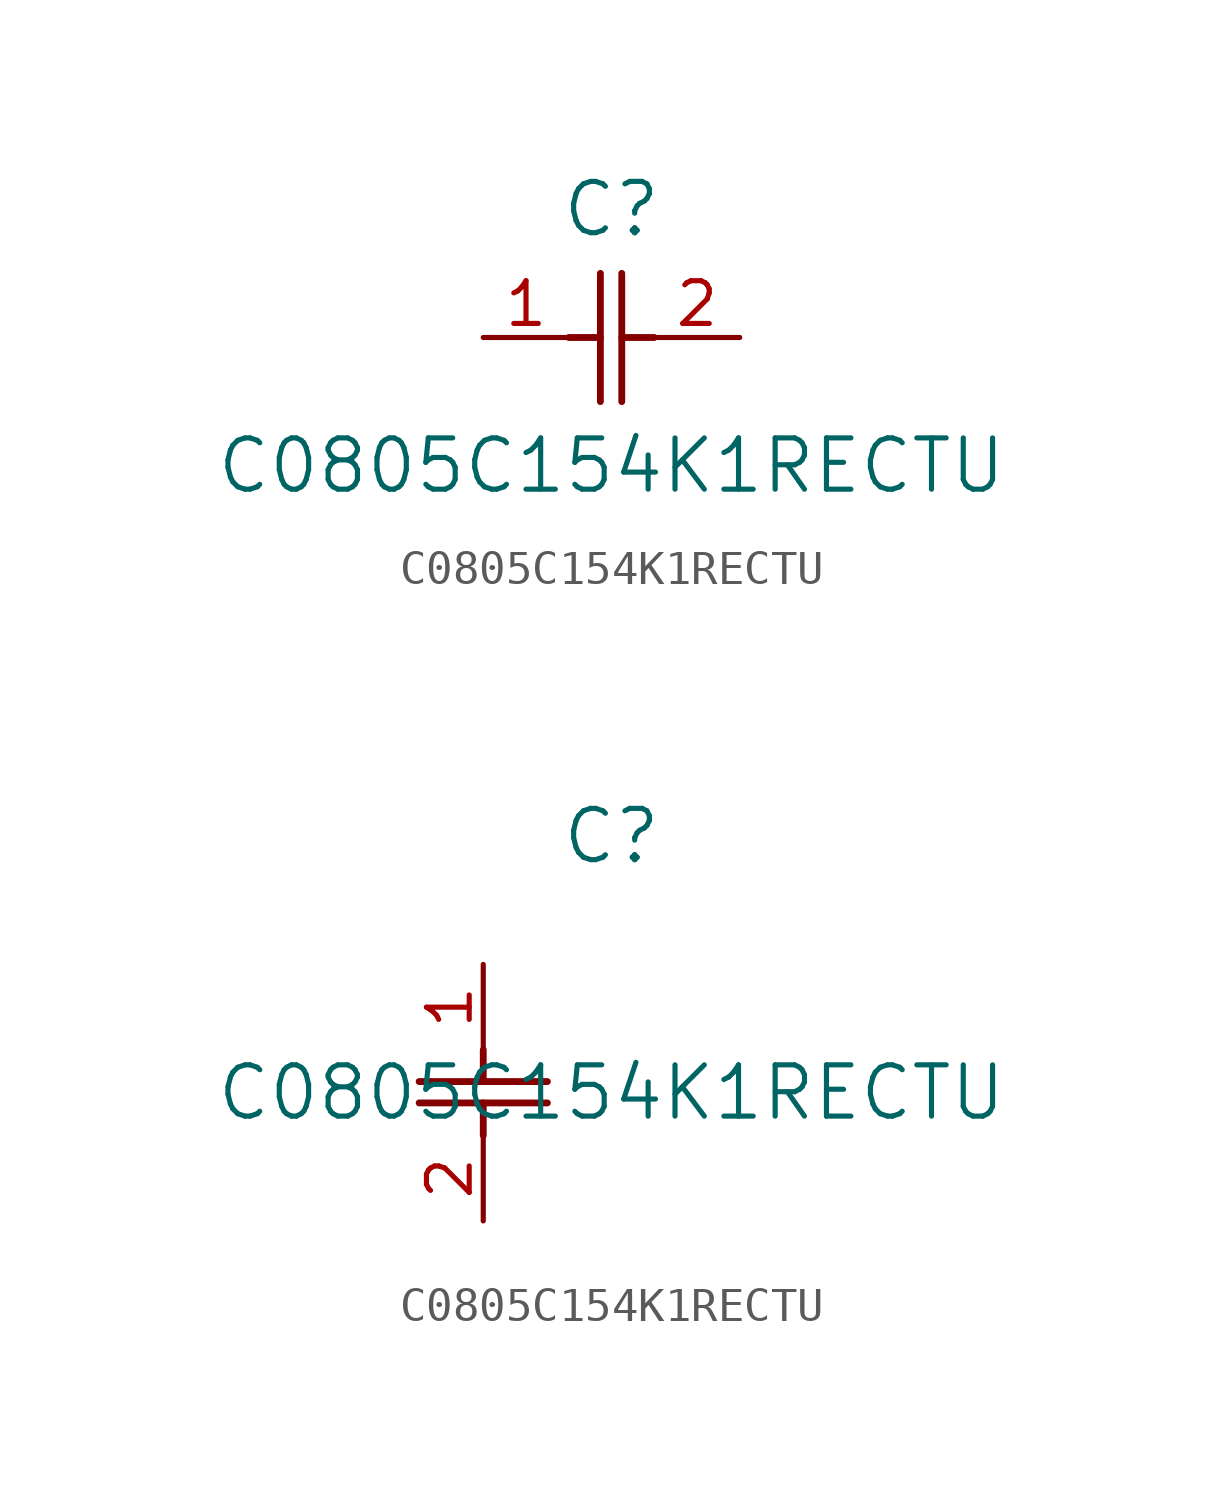
<source format=kicad_sym>
(kicad_symbol_lib
  (version 20211014)
  (generator kicad_symbol_editor)
  (symbol "C0805C154K1RECTU"
    (pin_names
      (offset 0.254))
    (property "Reference" "C"
      (at 3.81 3.81 0)
      (effects (font (size 1.524 1.524))))
    (property "Value" "C0805C154K1RECTU"
      (at 3.81 -3.81 0)
      (effects (font (size 1.524 1.524))))
    (symbol "C0805C154K1RECTU_1_1"
      (polyline (pts (xy 3.48 -1.905) (xy 3.48 1.905)) (stroke (width 0.203) (type default) (color 0 0 0 0)) (fill (type none)))
      (polyline (pts (xy 4.115 -1.905) (xy 4.115 1.905)) (stroke (width 0.203) (type default) (color 0 0 0 0)) (fill (type none)))
      (polyline (pts (xy 4.115 0) (xy 5.08 0)) (stroke (width 0.203) (type default) (color 0 0 0 0)) (fill (type none)))
      (polyline (pts (xy 2.54 0) (xy 3.48 0)) (stroke (width 0.203) (type default) (color 0 0 0 0)) (fill (type none)))
      (pin unspecified line (at 0 0 0) (length 2.54) (name "" (effects (font (size 1.27 1.27)))) (number "1" (effects (font (size 1.27 1.27)))))
      (pin unspecified line (at 7.62 0 180) (length 2.54) (name "" (effects (font (size 1.27 1.27)))) (number "2" (effects (font (size 1.27 1.27))))))
    (symbol "C0805C154K1RECTU_1_2"
      (polyline (pts (xy -1.905 -3.48) (xy 1.905 -3.48)) (stroke (width 0.203) (type default) (color 0 0 0 0)) (fill (type none)))
      (polyline (pts (xy -1.905 -4.115) (xy 1.905 -4.115)) (stroke (width 0.203) (type default) (color 0 0 0 0)) (fill (type none)))
      (polyline (pts (xy 0 -4.115) (xy 0 -5.08)) (stroke (width 0.203) (type default) (color 0 0 0 0)) (fill (type none)))
      (polyline (pts (xy 0 -2.54) (xy 0 -3.48)) (stroke (width 0.203) (type default) (color 0 0 0 0)) (fill (type none)))
      (pin unspecified line (at 0 0 270) (length 2.54) (name "" (effects (font (size 1.27 1.27)))) (number "1" (effects (font (size 1.27 1.27)))))
      (pin unspecified line (at 0 -7.62 90) (length 2.54) (name "" (effects (font (size 1.27 1.27)))) (number "2" (effects (font (size 1.27 1.27))))))))
</source>
